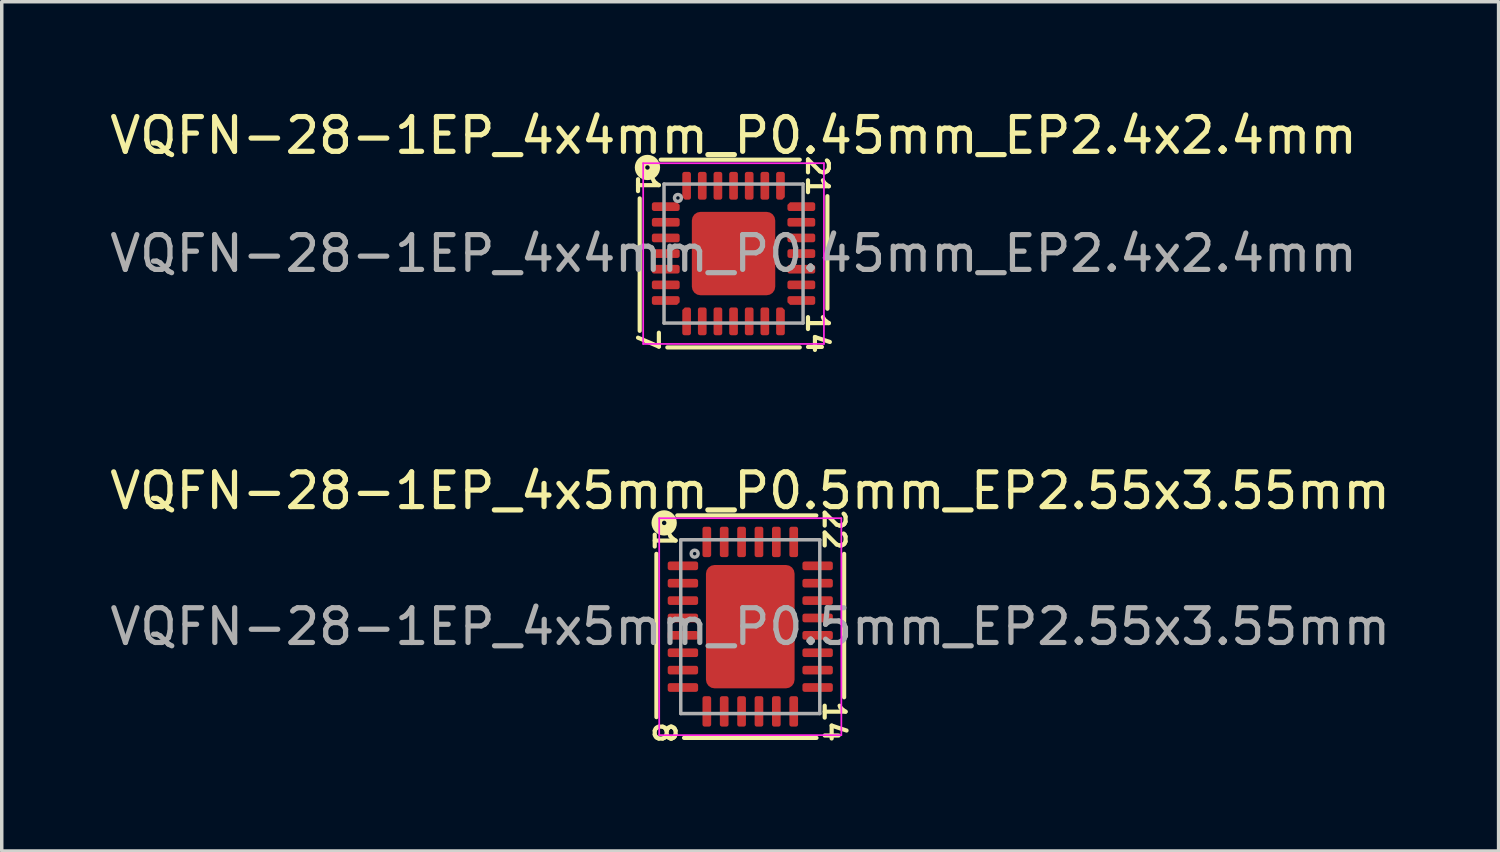
<source format=kicad_pcb>
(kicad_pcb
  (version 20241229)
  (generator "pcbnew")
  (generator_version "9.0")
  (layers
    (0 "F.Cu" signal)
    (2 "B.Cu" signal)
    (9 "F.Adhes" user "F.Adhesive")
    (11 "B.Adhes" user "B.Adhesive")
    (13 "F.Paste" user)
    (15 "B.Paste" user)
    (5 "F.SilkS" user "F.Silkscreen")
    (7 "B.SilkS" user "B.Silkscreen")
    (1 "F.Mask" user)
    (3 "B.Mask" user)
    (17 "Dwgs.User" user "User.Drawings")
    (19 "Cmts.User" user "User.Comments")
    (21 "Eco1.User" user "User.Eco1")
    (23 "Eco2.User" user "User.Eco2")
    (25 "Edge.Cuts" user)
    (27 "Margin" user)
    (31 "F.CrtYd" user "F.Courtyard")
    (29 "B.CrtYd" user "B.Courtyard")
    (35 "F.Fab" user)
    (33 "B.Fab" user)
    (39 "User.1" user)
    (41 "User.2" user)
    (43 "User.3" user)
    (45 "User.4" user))
  (footprint "VQFN-28-1EP_4x5mm_P0.5mm_EP2.55x3.55mm"
    (layer "F.Cu")
    (at 18.535 14.979)
    (property "Reference" "VQFN-28-1EP_4x5mm_P0.5mm_EP2.55x3.55mm" (at -0.005 -3.909 0) (layer "F.SilkS") (effects (font (size 1 1) (thickness 0.15))))
    (attr smd)
    (fp_line (start -2.7 -2.095) (end -2.7 2.603) (stroke (width 0.12) (type solid)) (layer "F.SilkS"))
    (fp_line (start -1.905 3.2) (end 1.905 3.2) (stroke (width 0.12) (type solid)) (layer "F.SilkS"))
    (fp_line (start 1.9 -3.2) (end -2.1 -3.2) (stroke (width 0.12) (type solid)) (layer "F.SilkS"))
    (fp_line (start 2.7 2.032) (end 2.7 -2.095) (stroke (width 0.12) (type solid)) (layer "F.SilkS"))
    (fp_circle (center -2.477 -2.985) (end -2.413 -2.985) (stroke (width 0.3) (type solid)) (fill no) (layer "F.SilkS"))
    (fp_line (start -2.62 -3.12) (end -2.62 3.12) (stroke (width 0.05) (type solid)) (layer "F.CrtYd"))
    (fp_line (start -2.62 3.12) (end 2.62 3.12) (stroke (width 0.05) (type solid)) (layer "F.CrtYd"))
    (fp_line (start 2.62 -3.12) (end -2.62 -3.12) (stroke (width 0.05) (type solid)) (layer "F.CrtYd"))
    (fp_line (start 2.62 3.12) (end 2.62 -3.12) (stroke (width 0.05) (type solid)) (layer "F.CrtYd"))
    (fp_line (start -2 -2.5) (end 2 -2.5) (stroke (width 0.1) (type solid)) (layer "F.Fab"))
    (fp_line (start -2 2.5) (end -2 -2.5) (stroke (width 0.1) (type solid)) (layer "F.Fab"))
    (fp_line (start 2 -2.5) (end 2 2.5) (stroke (width 0.1) (type solid)) (layer "F.Fab"))
    (fp_line (start 2 2.5) (end -2 2.5) (stroke (width 0.1) (type solid)) (layer "F.Fab"))
    (fp_circle (center -1.6 -2.1) (end -1.5 -2.1) (stroke (width 0.1) (type solid)) (fill no) (layer "F.Fab"))
    (fp_text user "22" (at 2.413 -2.794 270) (unlocked yes) (layer "F.SilkS") (effects (font (size 0.6 0.6) (thickness 0.12))))
    (fp_text user "14" (at 2.413 2.731 270) (unlocked yes) (layer "F.SilkS") (effects (font (size 0.6 0.6) (thickness 0.12))))
    (fp_text user "1" (at -2.477 -2.477 270) (unlocked yes) (layer "F.SilkS") (effects (font (size 0.6 0.6) (thickness 0.12))))
    (fp_text user "8" (at -2.477 3.048 270) (unlocked yes) (layer "F.SilkS") (effects (font (size 0.6 0.6) (thickness 0.12))))
    (fp_text user "${REFERENCE}" (at 0 0 0) (layer "F.Fab") (effects (font (size 1 1) (thickness 0.15))))
    (pad "" smd roundrect (at -0.635 -1.18) (size 1.03 0.95) (layers "F.Paste") (roundrect_rratio 0.25))
    (pad "" smd roundrect (at -0.635 0) (size 1.03 0.95) (layers "F.Paste") (roundrect_rratio 0.25))
    (pad "" smd roundrect (at -0.635 1.18) (size 1.03 0.95) (layers "F.Paste") (roundrect_rratio 0.25))
    (pad "" smd roundrect (at 0.635 -1.18) (size 1.03 0.95) (layers "F.Paste") (roundrect_rratio 0.25))
    (pad "" smd roundrect (at 0.635 0) (size 1.03 0.95) (layers "F.Paste") (roundrect_rratio 0.25))
    (pad "" smd roundrect (at 0.635 1.18) (size 1.03 0.95) (layers "F.Paste") (roundrect_rratio 0.25))
    (pad "1" smd roundrect (at -1.938 -1.75) (size 0.875 0.25) (layers "F.Cu" "F.Mask" "F.Paste") (roundrect_rratio 0.25))
    (pad "2" smd roundrect (at -1.938 -1.25) (size 0.875 0.25) (layers "F.Cu" "F.Mask" "F.Paste") (roundrect_rratio 0.25))
    (pad "3" smd roundrect (at -1.938 -0.75) (size 0.875 0.25) (layers "F.Cu" "F.Mask" "F.Paste") (roundrect_rratio 0.25))
    (pad "4" smd roundrect (at -1.938 -0.25) (size 0.875 0.25) (layers "F.Cu" "F.Mask" "F.Paste") (roundrect_rratio 0.25))
    (pad "5" smd roundrect (at -1.938 0.25) (size 0.875 0.25) (layers "F.Cu" "F.Mask" "F.Paste") (roundrect_rratio 0.25))
    (pad "6" smd roundrect (at -1.938 0.75) (size 0.875 0.25) (layers "F.Cu" "F.Mask" "F.Paste") (roundrect_rratio 0.25))
    (pad "7" smd roundrect (at -1.938 1.25) (size 0.875 0.25) (layers "F.Cu" "F.Mask" "F.Paste") (roundrect_rratio 0.25))
    (pad "8" smd roundrect (at -1.938 1.75) (size 0.875 0.25) (layers "F.Cu" "F.Mask" "F.Paste") (roundrect_rratio 0.25))
    (pad "9" smd roundrect (at -1.25 2.438) (size 0.25 0.875) (layers "F.Cu" "F.Mask" "F.Paste") (roundrect_rratio 0.25))
    (pad "10" smd roundrect (at -0.75 2.438) (size 0.25 0.875) (layers "F.Cu" "F.Mask" "F.Paste") (roundrect_rratio 0.25))
    (pad "11" smd roundrect (at -0.25 2.438) (size 0.25 0.875) (layers "F.Cu" "F.Mask" "F.Paste") (roundrect_rratio 0.25))
    (pad "12" smd roundrect (at 0.25 2.438) (size 0.25 0.875) (layers "F.Cu" "F.Mask" "F.Paste") (roundrect_rratio 0.25))
    (pad "13" smd roundrect (at 0.75 2.438) (size 0.25 0.875) (layers "F.Cu" "F.Mask" "F.Paste") (roundrect_rratio 0.25))
    (pad "14" smd roundrect (at 1.25 2.438) (size 0.25 0.875) (layers "F.Cu" "F.Mask" "F.Paste") (roundrect_rratio 0.25))
    (pad "15" smd roundrect (at 1.938 1.75) (size 0.875 0.25) (layers "F.Cu" "F.Mask" "F.Paste") (roundrect_rratio 0.25))
    (pad "16" smd roundrect (at 1.938 1.25) (size 0.875 0.25) (layers "F.Cu" "F.Mask" "F.Paste") (roundrect_rratio 0.25))
    (pad "17" smd roundrect (at 1.938 0.75) (size 0.875 0.25) (layers "F.Cu" "F.Mask" "F.Paste") (roundrect_rratio 0.25))
    (pad "18" smd roundrect (at 1.938 0.25) (size 0.875 0.25) (layers "F.Cu" "F.Mask" "F.Paste") (roundrect_rratio 0.25))
    (pad "19" smd roundrect (at 1.938 -0.25) (size 0.875 0.25) (layers "F.Cu" "F.Mask" "F.Paste") (roundrect_rratio 0.25))
    (pad "20" smd roundrect (at 1.938 -0.75) (size 0.875 0.25) (layers "F.Cu" "F.Mask" "F.Paste") (roundrect_rratio 0.25))
    (pad "21" smd roundrect (at 1.938 -1.25) (size 0.875 0.25) (layers "F.Cu" "F.Mask" "F.Paste") (roundrect_rratio 0.25))
    (pad "22" smd roundrect (at 1.938 -1.75) (size 0.875 0.25) (layers "F.Cu" "F.Mask" "F.Paste") (roundrect_rratio 0.25))
    (pad "23" smd roundrect (at 1.25 -2.438) (size 0.25 0.875) (layers "F.Cu" "F.Mask" "F.Paste") (roundrect_rratio 0.25))
    (pad "24" smd roundrect (at 0.75 -2.438) (size 0.25 0.875) (layers "F.Cu" "F.Mask" "F.Paste") (roundrect_rratio 0.25))
    (pad "25" smd roundrect (at 0.25 -2.438) (size 0.25 0.875) (layers "F.Cu" "F.Mask" "F.Paste") (roundrect_rratio 0.25))
    (pad "26" smd roundrect (at -0.25 -2.438) (size 0.25 0.875) (layers "F.Cu" "F.Mask" "F.Paste") (roundrect_rratio 0.25))
    (pad "27" smd roundrect (at -0.75 -2.438) (size 0.25 0.875) (layers "F.Cu" "F.Mask" "F.Paste") (roundrect_rratio 0.25))
    (pad "28" smd roundrect (at -1.25 -2.438) (size 0.25 0.875) (layers "F.Cu" "F.Mask" "F.Paste") (roundrect_rratio 0.25))
    (pad "29" smd roundrect (at 0 0) (size 2.55 3.55) (layers "F.Cu" "F.Mask") (roundrect_rratio 0.098)))
  (footprint "VQFN-28-1EP_4x4mm_P0.45mm_EP2.4x2.4mm"
    (layer "F.Cu")
    (at 18.054 4.245)
    (property "Reference" "VQFN-28-1EP_4x4mm_P0.45mm_EP2.4x2.4mm" (at 0 -3.397 0) (layer "F.SilkS") (effects (font (size 1 1) (thickness 0.15))))
    (attr smd)
    (fp_line (start -2.7 -1.587) (end -2.7 2.223) (stroke (width 0.12) (type solid)) (layer "F.SilkS"))
    (fp_line (start -1.905 2.7) (end 1.905 2.7) (stroke (width 0.12) (type solid)) (layer "F.SilkS"))
    (fp_line (start 1.905 -2.7) (end -2.095 -2.7) (stroke (width 0.12) (type solid)) (layer "F.SilkS"))
    (fp_line (start 2.7 1.587) (end 2.7 -1.651) (stroke (width 0.12) (type solid)) (layer "F.SilkS"))
    (fp_circle (center -2.477 -2.477) (end -2.413 -2.477) (stroke (width 0.3) (type solid)) (fill no) (layer "F.SilkS"))
    (fp_line (start -2.6 -2.6) (end -2.6 2.6) (stroke (width 0.05) (type solid)) (layer "F.CrtYd"))
    (fp_line (start -2.6 2.6) (end 2.6 2.6) (stroke (width 0.05) (type solid)) (layer "F.CrtYd"))
    (fp_line (start 2.6 -2.6) (end -2.6 -2.6) (stroke (width 0.05) (type solid)) (layer "F.CrtYd"))
    (fp_line (start 2.6 2.6) (end 2.6 -2.6) (stroke (width 0.05) (type solid)) (layer "F.CrtYd"))
    (fp_line (start -2 -2) (end 2 -2) (stroke (width 0.1) (type solid)) (layer "F.Fab"))
    (fp_line (start -2 2) (end -2 -2) (stroke (width 0.1) (type solid)) (layer "F.Fab"))
    (fp_line (start 2 -2) (end 2 2) (stroke (width 0.1) (type solid)) (layer "F.Fab"))
    (fp_line (start 2 2) (end -2 2) (stroke (width 0.1) (type solid)) (layer "F.Fab"))
    (fp_circle (center -1.6 -1.6) (end -1.5 -1.6) (stroke (width 0.1) (type solid)) (fill no) (layer "F.Fab"))
    (fp_text user "1" (at -2.477 -1.968 270) (unlocked yes) (layer "F.SilkS") (effects (font (size 0.6 0.6) (thickness 0.12))))
    (fp_text user "14" (at 2.413 2.286 270) (unlocked yes) (layer "F.SilkS") (effects (font (size 0.6 0.6) (thickness 0.12))))
    (fp_text user "21" (at 2.413 -2.223 270) (unlocked yes) (layer "F.SilkS") (effects (font (size 0.6 0.6) (thickness 0.12))))
    (fp_text user "7" (at -2.477 2.477 270) (unlocked yes) (layer "F.SilkS") (effects (font (size 0.6 0.6) (thickness 0.12))))
    (fp_text user "${REFERENCE}" (at 0 0 0) (layer "F.Fab") (effects (font (size 1 1) (thickness 0.15))))
    (pad "" smd roundrect (at -0.6 -0.6) (size 0.97 0.97) (layers "F.Paste") (roundrect_rratio 0.25))
    (pad "" smd roundrect (at -0.6 0.6) (size 0.97 0.97) (layers "F.Paste") (roundrect_rratio 0.25))
    (pad "" smd roundrect (at 0.6 -0.6) (size 0.97 0.97) (layers "F.Paste") (roundrect_rratio 0.25))
    (pad "" smd roundrect (at 0.6 0.6) (size 0.97 0.97) (layers "F.Paste") (roundrect_rratio 0.25))
    (pad "1" smd roundrect (at -1.95 -1.35) (size 0.8 0.25) (layers "F.Cu" "F.Mask" "F.Paste") (roundrect_rratio 0.25) (chamfer_ratio 0.3) (chamfer top_right))
    (pad "2" smd roundrect (at -1.95 -0.9) (size 0.8 0.25) (layers "F.Cu" "F.Mask" "F.Paste") (roundrect_rratio 0.25))
    (pad "3" smd roundrect (at -1.95 -0.45) (size 0.8 0.25) (layers "F.Cu" "F.Mask" "F.Paste") (roundrect_rratio 0.25))
    (pad "4" smd roundrect (at -1.95 0) (size 0.8 0.25) (layers "F.Cu" "F.Mask" "F.Paste") (roundrect_rratio 0.25))
    (pad "5" smd roundrect (at -1.95 0.45) (size 0.8 0.25) (layers "F.Cu" "F.Mask" "F.Paste") (roundrect_rratio 0.25))
    (pad "6" smd roundrect (at -1.95 0.9) (size 0.8 0.25) (layers "F.Cu" "F.Mask" "F.Paste") (roundrect_rratio 0.25))
    (pad "7" smd roundrect (at -1.95 1.35) (size 0.8 0.25) (layers "F.Cu" "F.Mask" "F.Paste") (roundrect_rratio 0.25) (chamfer_ratio 0.3) (chamfer bottom_right))
    (pad "8" smd roundrect (at -1.35 1.95) (size 0.25 0.8) (layers "F.Cu" "F.Mask" "F.Paste") (roundrect_rratio 0.25) (chamfer_ratio 0.3) (chamfer top_left))
    (pad "9" smd roundrect (at -0.9 1.95) (size 0.25 0.8) (layers "F.Cu" "F.Mask" "F.Paste") (roundrect_rratio 0.25))
    (pad "10" smd roundrect (at -0.45 1.95) (size 0.25 0.8) (layers "F.Cu" "F.Mask" "F.Paste") (roundrect_rratio 0.25))
    (pad "11" smd roundrect (at 0 1.95) (size 0.25 0.8) (layers "F.Cu" "F.Mask" "F.Paste") (roundrect_rratio 0.25))
    (pad "12" smd roundrect (at 0.45 1.95) (size 0.25 0.8) (layers "F.Cu" "F.Mask" "F.Paste") (roundrect_rratio 0.25))
    (pad "13" smd roundrect (at 0.9 1.95) (size 0.25 0.8) (layers "F.Cu" "F.Mask" "F.Paste") (roundrect_rratio 0.25))
    (pad "14" smd roundrect (at 1.35 1.95) (size 0.25 0.8) (layers "F.Cu" "F.Mask" "F.Paste") (roundrect_rratio 0.25) (chamfer_ratio 0.3) (chamfer top_right))
    (pad "15" smd roundrect (at 1.95 1.35) (size 0.8 0.25) (layers "F.Cu" "F.Mask" "F.Paste") (roundrect_rratio 0.25) (chamfer_ratio 0.3) (chamfer bottom_left))
    (pad "16" smd roundrect (at 1.95 0.9) (size 0.8 0.25) (layers "F.Cu" "F.Mask" "F.Paste") (roundrect_rratio 0.25))
    (pad "17" smd roundrect (at 1.95 0.45) (size 0.8 0.25) (layers "F.Cu" "F.Mask" "F.Paste") (roundrect_rratio 0.25))
    (pad "18" smd roundrect (at 1.95 0) (size 0.8 0.25) (layers "F.Cu" "F.Mask" "F.Paste") (roundrect_rratio 0.25))
    (pad "19" smd roundrect (at 1.95 -0.45) (size 0.8 0.25) (layers "F.Cu" "F.Mask" "F.Paste") (roundrect_rratio 0.25))
    (pad "20" smd roundrect (at 1.95 -0.9) (size 0.8 0.25) (layers "F.Cu" "F.Mask" "F.Paste") (roundrect_rratio 0.25))
    (pad "21" smd roundrect (at 1.95 -1.35) (size 0.8 0.25) (layers "F.Cu" "F.Mask" "F.Paste") (roundrect_rratio 0.25) (chamfer_ratio 0.3) (chamfer top_left))
    (pad "22" smd roundrect (at 1.35 -1.95) (size 0.25 0.8) (layers "F.Cu" "F.Mask" "F.Paste") (roundrect_rratio 0.25) (chamfer_ratio 0.3) (chamfer bottom_right))
    (pad "23" smd roundrect (at 0.9 -1.95) (size 0.25 0.8) (layers "F.Cu" "F.Mask" "F.Paste") (roundrect_rratio 0.25))
    (pad "24" smd roundrect (at 0.45 -1.95) (size 0.25 0.8) (layers "F.Cu" "F.Mask" "F.Paste") (roundrect_rratio 0.25))
    (pad "25" smd roundrect (at 0 -1.95) (size 0.25 0.8) (layers "F.Cu" "F.Mask" "F.Paste") (roundrect_rratio 0.25))
    (pad "26" smd roundrect (at -0.45 -1.95) (size 0.25 0.8) (layers "F.Cu" "F.Mask" "F.Paste") (roundrect_rratio 0.25))
    (pad "27" smd roundrect (at -0.9 -1.95) (size 0.25 0.8) (layers "F.Cu" "F.Mask" "F.Paste") (roundrect_rratio 0.25))
    (pad "28" smd roundrect (at -1.35 -1.95) (size 0.25 0.8) (layers "F.Cu" "F.Mask" "F.Paste") (roundrect_rratio 0.25) (chamfer_ratio 0.3) (chamfer bottom_left))
    (pad "29" smd roundrect (at 0 0) (size 2.4 2.4) (layers "F.Cu" "F.Mask") (roundrect_rratio 0.104)))
  (gr_rect
    (start -3 -3)
    (end 40.064 21.433)
    (stroke (width 0.1) (type default))
    (fill no)
    (layer "Edge.Cuts")))
</source>
